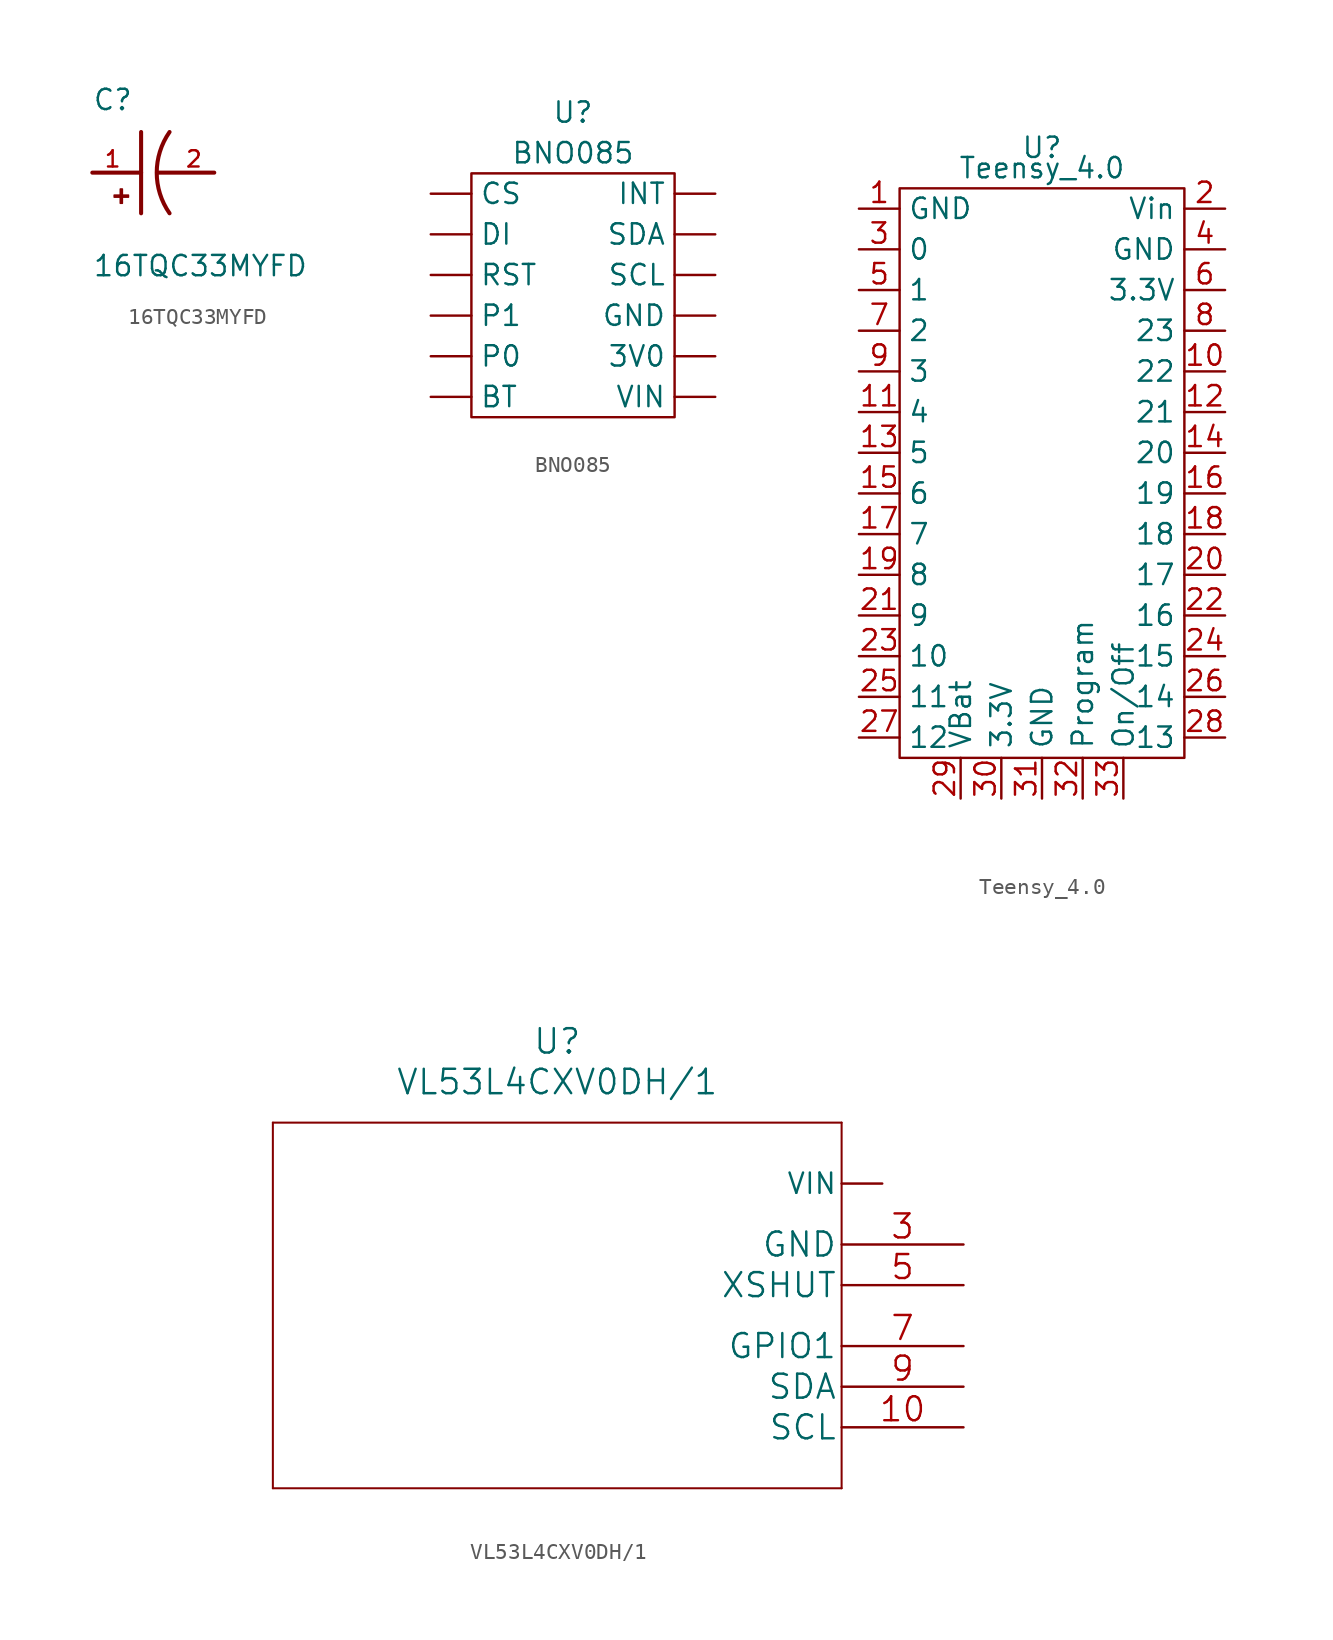
<source format=kicad_sym>
(kicad_symbol_lib
  (version 20220914)
  (generator kicad_symbol_editor)
  (symbol "16TQC33MYFD"
    (pin_names
      (offset 1.016))
    (property "Reference" "C"
      (at -5.08 3.81 0)
      (effects (font (size 1.27 1.27)) (justify left bottom)))
    (property "Value" "16TQC33MYFD"
      (at -5.08 -5.088 0)
      (effects (font (size 1.27 1.27)) (justify left top)))
    (symbol "16TQC33MYFD_0_0"
      (rectangle (start -3.713 -1.532) (end -2.824 -1.405) (stroke (width 0.1) (type default)) (fill (type outline)))
      (rectangle (start -3.332 -1.913) (end -3.205 -1.024) (stroke (width 0.1) (type default)) (fill (type outline)))
      (arc (start -0.254 2.54) (mid -1.0549 0) (end -0.254 -2.54) (stroke (width 0.254) (type default)) (fill (type none)))
      (polyline (pts (xy -5.08 0) (xy -2.032 0)) (stroke (width 0.254) (type default)) (fill (type none)))
      (polyline (pts (xy -2.032 2.54) (xy -2.032 -2.54)) (stroke (width 0.254) (type default)) (fill (type none)))
      (polyline (pts (xy -1.016 0) (xy 2.54 0)) (stroke (width 0.254) (type default)) (fill (type none)))
      (pin passive line (at -5.08 0 0) (length 2.54) (name "~" (effects (font (size 1.016 1.016)))) (number "1" (effects (font (size 1.016 1.016)))))
      (pin passive line (at 2.54 0 180) (length 2.54) (name "~" (effects (font (size 1.016 1.016)))) (number "2" (effects (font (size 1.016 1.016)))))))
  (symbol "BNO085"
    (property "Reference" "U"
      (at 0 2.54 0)
      (effects (font (size 1.27 1.27))))
    (property "Value" "BNO085"
      (at 0 0 0)
      (effects (font (size 1.27 1.27))))
    (symbol "BNO085_0_1"
      (rectangle (start -6.35 -1.27) (end 6.35 -16.51) (stroke (width 0) (type default)) (fill (type none))))
    (symbol "BNO085_1_1"
      (pin input line (at 8.89 -12.7 180) (length 2.54) (name "3V0" (effects (font (size 1.27 1.27)))) (number "" (effects (font (size 1.27 1.27)))))
      (pin input line (at -8.89 -15.24 0) (length 2.54) (name "BT" (effects (font (size 1.27 1.27)))) (number "" (effects (font (size 1.27 1.27)))))
      (pin input line (at -8.89 -2.54 0) (length 2.54) (name "CS" (effects (font (size 1.27 1.27)))) (number "" (effects (font (size 1.27 1.27)))))
      (pin input line (at -8.89 -5.08 0) (length 2.54) (name "DI" (effects (font (size 1.27 1.27)))) (number "" (effects (font (size 1.27 1.27)))))
      (pin input line (at 8.89 -10.16 180) (length 2.54) (name "GND" (effects (font (size 1.27 1.27)))) (number "" (effects (font (size 1.27 1.27)))))
      (pin input line (at 8.89 -2.54 180) (length 2.54) (name "INT" (effects (font (size 1.27 1.27)))) (number "" (effects (font (size 1.27 1.27)))))
      (pin input line (at -8.89 -12.7 0) (length 2.54) (name "P0" (effects (font (size 1.27 1.27)))) (number "" (effects (font (size 1.27 1.27)))))
      (pin input line (at -8.89 -10.16 0) (length 2.54) (name "P1" (effects (font (size 1.27 1.27)))) (number "" (effects (font (size 1.27 1.27)))))
      (pin input line (at -8.89 -7.62 0) (length 2.54) (name "RST" (effects (font (size 1.27 1.27)))) (number "" (effects (font (size 1.27 1.27)))))
      (pin bidirectional line (at 8.89 -7.62 180) (length 2.54) (name "SCL" (effects (font (size 1.27 1.27)))) (number "" (effects (font (size 1.27 1.27)))))
      (pin bidirectional line (at 8.89 -5.08 180) (length 2.54) (name "SDA" (effects (font (size 1.27 1.27)))) (number "" (effects (font (size 1.27 1.27)))))
      (pin input line (at 8.89 -15.24 180) (length 2.54) (name "VIN" (effects (font (size 1.27 1.27)))) (number "" (effects (font (size 1.27 1.27)))))))
  (symbol "Teensy_4.0"
    (property "Reference" "U"
      (at 0 0 0)
      (effects (font (size 1.27 1.27))))
    (property "Value" "Teensy_4.0"
      (at 0 -1.27 0)
      (effects (font (size 1.27 1.27))))
    (symbol "Teensy_4.0_0_1"
      (rectangle (start -8.89 -2.54) (end 8.89 -38.1) (stroke (width 0) (type default)) (fill (type none))))
    (symbol "Teensy_4.0_1_0"
      (pin input line (at 11.43 -6.35 180) (length 2.54) (name "GND" (effects (font (size 1.27 1.27)))) (number "4" (effects (font (size 1.27 1.27))))))
    (symbol "Teensy_4.0_1_1"
      (pin input line (at -11.43 -3.81 0) (length 2.54) (name "GND" (effects (font (size 1.27 1.27)))) (number "1" (effects (font (size 1.27 1.27)))))
      (pin input line (at 11.43 -13.97 180) (length 2.54) (name "22" (effects (font (size 1.27 1.27)))) (number "10" (effects (font (size 1.27 1.27)))))
      (pin input line (at -11.43 -16.51 0) (length 2.54) (name "4" (effects (font (size 1.27 1.27)))) (number "11" (effects (font (size 1.27 1.27)))))
      (pin input line (at 11.43 -16.51 180) (length 2.54) (name "21" (effects (font (size 1.27 1.27)))) (number "12" (effects (font (size 1.27 1.27)))))
      (pin input line (at -11.43 -19.05 0) (length 2.54) (name "5" (effects (font (size 1.27 1.27)))) (number "13" (effects (font (size 1.27 1.27)))))
      (pin input line (at 11.43 -19.05 180) (length 2.54) (name "20" (effects (font (size 1.27 1.27)))) (number "14" (effects (font (size 1.27 1.27)))))
      (pin input line (at -11.43 -21.59 0) (length 2.54) (name "6" (effects (font (size 1.27 1.27)))) (number "15" (effects (font (size 1.27 1.27)))))
      (pin input line (at 11.43 -21.59 180) (length 2.54) (name "19" (effects (font (size 1.27 1.27)))) (number "16" (effects (font (size 1.27 1.27)))))
      (pin input line (at -11.43 -24.13 0) (length 2.54) (name "7" (effects (font (size 1.27 1.27)))) (number "17" (effects (font (size 1.27 1.27)))))
      (pin input line (at 11.43 -24.13 180) (length 2.54) (name "18" (effects (font (size 1.27 1.27)))) (number "18" (effects (font (size 1.27 1.27)))))
      (pin input line (at -11.43 -26.67 0) (length 2.54) (name "8" (effects (font (size 1.27 1.27)))) (number "19" (effects (font (size 1.27 1.27)))))
      (pin input line (at 11.43 -3.81 180) (length 2.54) (name "Vin" (effects (font (size 1.27 1.27)))) (number "2" (effects (font (size 1.27 1.27)))))
      (pin input line (at 11.43 -26.67 180) (length 2.54) (name "17" (effects (font (size 1.27 1.27)))) (number "20" (effects (font (size 1.27 1.27)))))
      (pin input line (at -11.43 -29.21 0) (length 2.54) (name "9" (effects (font (size 1.27 1.27)))) (number "21" (effects (font (size 1.27 1.27)))))
      (pin input line (at 11.43 -29.21 180) (length 2.54) (name "16" (effects (font (size 1.27 1.27)))) (number "22" (effects (font (size 1.27 1.27)))))
      (pin input line (at -11.43 -31.75 0) (length 2.54) (name "10" (effects (font (size 1.27 1.27)))) (number "23" (effects (font (size 1.27 1.27)))))
      (pin input line (at 11.43 -31.75 180) (length 2.54) (name "15" (effects (font (size 1.27 1.27)))) (number "24" (effects (font (size 1.27 1.27)))))
      (pin input line (at -11.43 -34.29 0) (length 2.54) (name "11" (effects (font (size 1.27 1.27)))) (number "25" (effects (font (size 1.27 1.27)))))
      (pin input line (at 11.43 -34.29 180) (length 2.54) (name "14" (effects (font (size 1.27 1.27)))) (number "26" (effects (font (size 1.27 1.27)))))
      (pin input line (at -11.43 -36.83 0) (length 2.54) (name "12" (effects (font (size 1.27 1.27)))) (number "27" (effects (font (size 1.27 1.27)))))
      (pin input line (at 11.43 -36.83 180) (length 2.54) (name "13" (effects (font (size 1.27 1.27)))) (number "28" (effects (font (size 1.27 1.27)))))
      (pin input line (at -5.08 -40.64 90) (length 2.54) (name "VBat" (effects (font (size 1.27 1.27)))) (number "29" (effects (font (size 1.27 1.27)))))
      (pin input line (at -11.43 -6.35 0) (length 2.54) (name "0" (effects (font (size 1.27 1.27)))) (number "3" (effects (font (size 1.27 1.27)))))
      (pin input line (at -2.54 -40.64 90) (length 2.54) (name "3.3V" (effects (font (size 1.27 1.27)))) (number "30" (effects (font (size 1.27 1.27)))))
      (pin input line (at 0 -40.64 90) (length 2.54) (name "GND" (effects (font (size 1.27 1.27)))) (number "31" (effects (font (size 1.27 1.27)))))
      (pin input line (at 2.54 -40.64 90) (length 2.54) (name "Program" (effects (font (size 1.27 1.27)))) (number "32" (effects (font (size 1.27 1.27)))))
      (pin input line (at 5.08 -40.64 90) (length 2.54) (name "On/Off" (effects (font (size 1.27 1.27)))) (number "33" (effects (font (size 1.27 1.27)))))
      (pin input line (at -11.43 -8.89 0) (length 2.54) (name "1" (effects (font (size 1.27 1.27)))) (number "5" (effects (font (size 1.27 1.27)))))
      (pin input line (at 11.43 -8.89 180) (length 2.54) (name "3.3V" (effects (font (size 1.27 1.27)))) (number "6" (effects (font (size 1.27 1.27)))))
      (pin input line (at -11.43 -11.43 0) (length 2.54) (name "2" (effects (font (size 1.27 1.27)))) (number "7" (effects (font (size 1.27 1.27)))))
      (pin input line (at 11.43 -11.43 180) (length 2.54) (name "23" (effects (font (size 1.27 1.27)))) (number "8" (effects (font (size 1.27 1.27)))))
      (pin input line (at -11.43 -13.97 0) (length 2.54) (name "3" (effects (font (size 1.27 1.27)))) (number "9" (effects (font (size 1.27 1.27)))))))
  (symbol "VL53L4CXV0DH/1"
    (pin_names
      (offset 0.254))
    (property "Reference" "U"
      (at 25.4 10.16 0)
      (effects (font (size 1.524 1.524))))
    (property "Value" "VL53L4CXV0DH{slash}1"
      (at 25.4 7.62 0)
      (effects (font (size 1.524 1.524))))
    (property "Datasheet" ""
      (at 0 0 0)
      (effects (font (size 1.524 1.524))))
    (property "ki_locked" ""
      (at 0 0 0)
      (effects (font (size 1.27 1.27))))
    (symbol "VL53L4CXV0DH/1_1_1"
      (polyline (pts (xy 7.62 -17.78) (xy 43.18 -17.78)) (stroke (width 0.127) (type default)) (fill (type none)))
      (polyline (pts (xy 7.62 5.08) (xy 7.62 -17.78)) (stroke (width 0.127) (type default)) (fill (type none)))
      (polyline (pts (xy 43.18 -17.78) (xy 43.18 5.08)) (stroke (width 0.127) (type default)) (fill (type none)))
      (polyline (pts (xy 43.18 5.08) (xy 7.62 5.08)) (stroke (width 0.127) (type default)) (fill (type none)))
      (pin input line (at 45.72 1.27 180) (length 2.54) (name "VIN" (effects (font (size 1.27 1.27)))) (number "" (effects (font (size 1.27 1.27)))))
      (pin unspecified line (at 50.8 -13.97 180) (length 7.62) (name "SCL" (effects (font (size 1.499 1.499)))) (number "10" (effects (font (size 1.499 1.499)))))
      (pin power_in line (at 50.8 -2.54 180) (length 7.62) (name "GND" (effects (font (size 1.499 1.499)))) (number "3" (effects (font (size 1.499 1.499)))))
      (pin unspecified line (at 50.8 -5.08 180) (length 7.62) (name "XSHUT" (effects (font (size 1.499 1.499)))) (number "5" (effects (font (size 1.499 1.499)))))
      (pin unspecified line (at 50.8 -8.89 180) (length 7.62) (name "GPIO1" (effects (font (size 1.499 1.499)))) (number "7" (effects (font (size 1.499 1.499)))))
      (pin unspecified line (at 50.8 -11.43 180) (length 7.62) (name "SDA" (effects (font (size 1.499 1.499)))) (number "9" (effects (font (size 1.499 1.499))))))))
</source>
